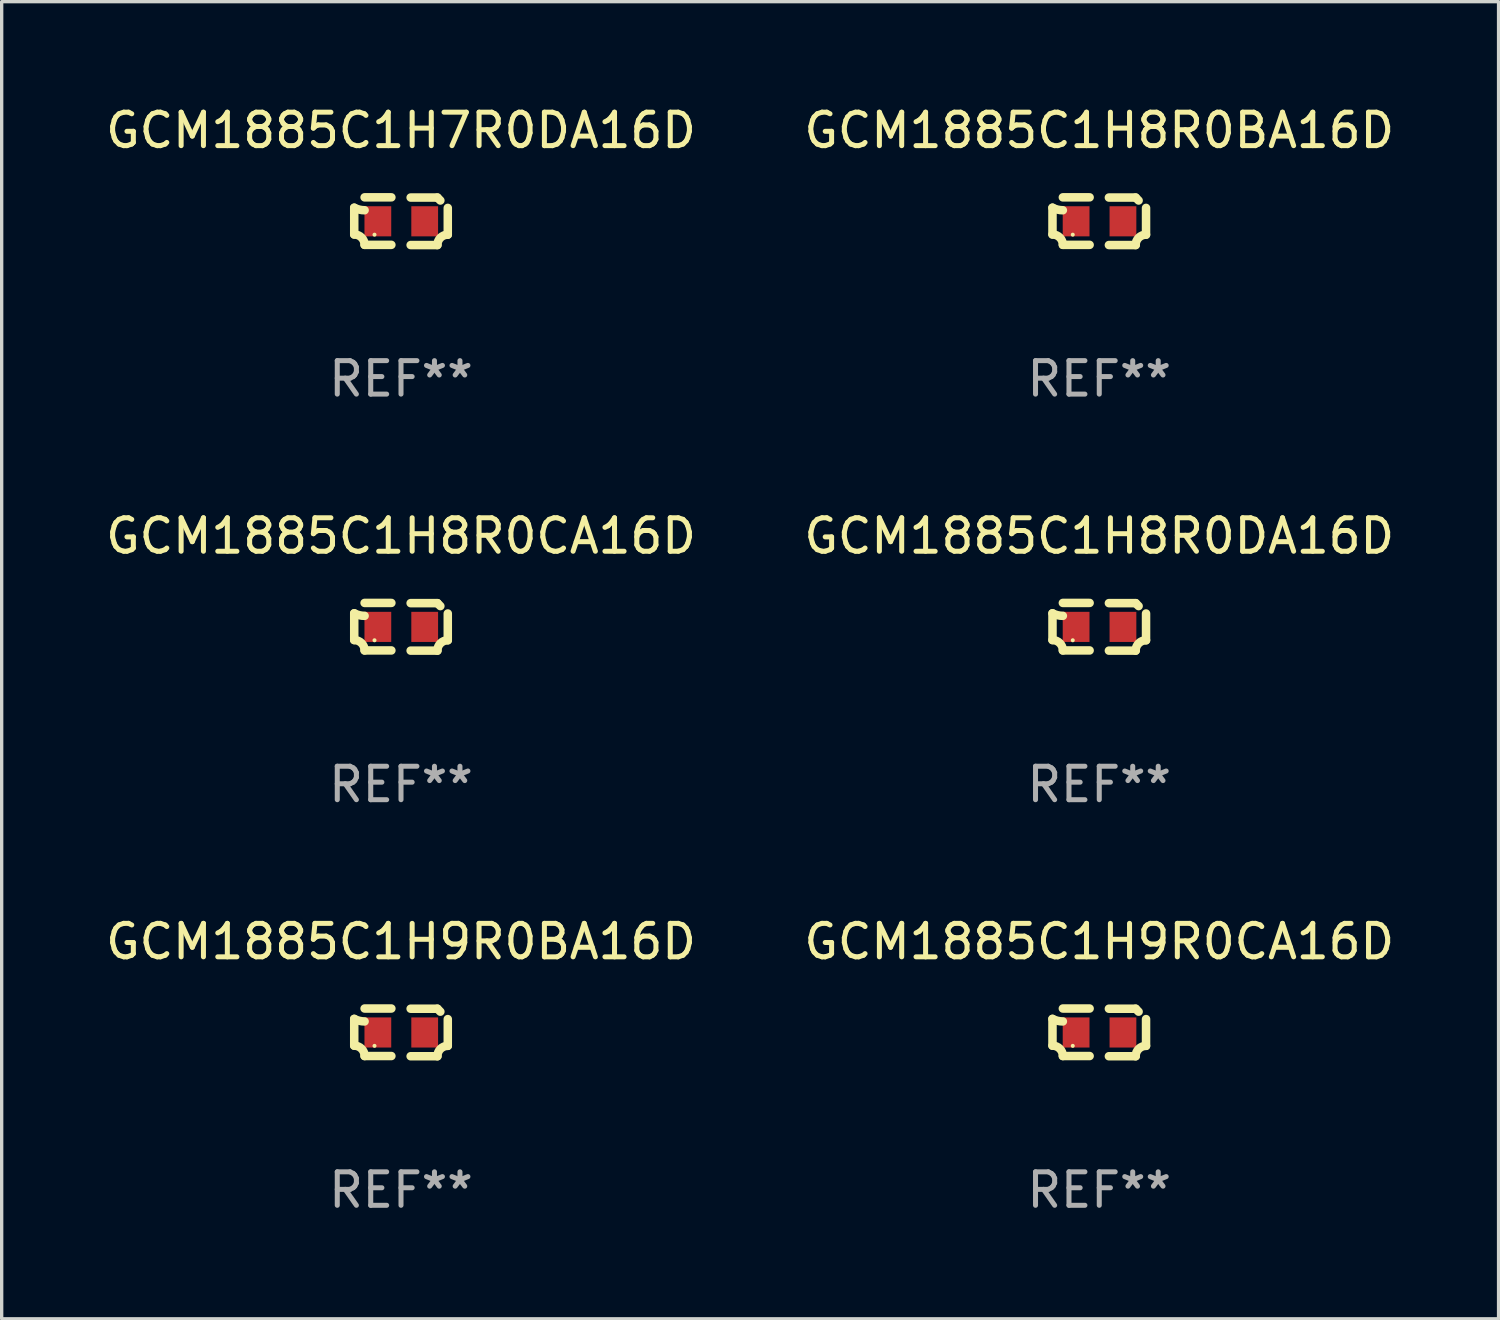
<source format=kicad_pcb>
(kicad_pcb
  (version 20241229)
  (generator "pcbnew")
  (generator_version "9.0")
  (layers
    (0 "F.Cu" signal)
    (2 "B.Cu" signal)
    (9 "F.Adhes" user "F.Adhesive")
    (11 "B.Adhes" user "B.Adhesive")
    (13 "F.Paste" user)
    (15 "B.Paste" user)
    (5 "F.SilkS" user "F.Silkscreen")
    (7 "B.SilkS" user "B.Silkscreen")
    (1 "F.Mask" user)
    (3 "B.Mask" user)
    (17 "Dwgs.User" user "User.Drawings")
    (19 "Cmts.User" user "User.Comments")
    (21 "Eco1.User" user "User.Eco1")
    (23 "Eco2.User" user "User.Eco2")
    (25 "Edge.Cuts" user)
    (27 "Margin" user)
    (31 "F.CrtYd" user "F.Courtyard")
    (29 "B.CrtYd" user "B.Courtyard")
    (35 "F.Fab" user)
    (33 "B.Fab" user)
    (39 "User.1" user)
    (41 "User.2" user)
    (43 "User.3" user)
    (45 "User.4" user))
  (footprint "GCM1885C1H8R0CA16D"
    (layer "F.Cu")
    (at 8.935 15.683)
    (property "Reference" "GCM1885C1H8R0CA16D" (at 0 -2.713 0) (layer "F.SilkS") (effects (font (size 1 1) (thickness 0.15))))
    (attr through_hole)
    (fp_line (start -1.398 -0.403) (end -1.398 0.397) (stroke (width 0.254) (type solid)) (layer "F.SilkS"))
    (fp_line (start -0.288 -0.713) (end -1.088 -0.713) (stroke (width 0.254) (type solid)) (layer "F.SilkS"))
    (fp_line (start -0.288 0.707) (end -1.088 0.707) (stroke (width 0.254) (type solid)) (layer "F.SilkS"))
    (fp_line (start 0.288 -0.707) (end 1.088 -0.707) (stroke (width 0.254) (type solid)) (layer "F.SilkS"))
    (fp_line (start 0.288 0.713) (end 1.088 0.713) (stroke (width 0.254) (type solid)) (layer "F.SilkS"))
    (fp_line (start 1.398 -0.397) (end 1.398 0.403) (stroke (width 0.254) (type solid)) (layer "F.SilkS"))
    (fp_arc (start -1.397789 0.397066) (mid -1.178701 0.487826) (end -1.08796 0.706922) (stroke (width 0.254001) (type solid)) (layer "F.SilkS"))
    (fp_arc (start -1.08796 -0.327176) (mid -1.247436 -0.346384) (end -1.39779 -0.402908) (stroke (width 0.254001) (type solid)) (layer "F.SilkS"))
    (fp_arc (start 1.087909 0.712738) (mid 1.178656 0.493655) (end 1.397739 0.402908) (stroke (width 0.254001) (type solid)) (layer "F.SilkS"))
    (fp_arc (start 1.175925 -0.618926) (mid 1.131917 -0.662923) (end 1.08791 -0.706922) (stroke (width 0.254001) (type solid)) (layer "F.SilkS"))
    (fp_circle (center -0.792 0.403) (end -0.762 0.403) (stroke (width 0.06) (type solid)) (fill no) (layer "F.SilkS"))
    (fp_text user "REF**" (at 0 4.713 0) (layer "F.Fab") (effects (font (size 1 1) (thickness 0.15))))
    (pad "1" smd rect (at -0.692 0.003) (size 0.8 0.9) (layers "F.Cu" "F.Mask" "F.Paste"))
    (pad "2" smd rect (at 0.708 0.003) (size 0.8 0.9) (layers "F.Cu" "F.Mask" "F.Paste")))
  (footprint "GCM1885C1H9R0CA16D"
    (layer "F.Cu")
    (at 29.804 27.805)
    (property "Reference" "GCM1885C1H9R0CA16D" (at 0 -2.713 0) (layer "F.SilkS") (effects (font (size 1 1) (thickness 0.15))))
    (attr through_hole)
    (fp_line (start -1.398 -0.403) (end -1.398 0.397) (stroke (width 0.254) (type solid)) (layer "F.SilkS"))
    (fp_line (start -0.288 -0.713) (end -1.088 -0.713) (stroke (width 0.254) (type solid)) (layer "F.SilkS"))
    (fp_line (start -0.288 0.707) (end -1.088 0.707) (stroke (width 0.254) (type solid)) (layer "F.SilkS"))
    (fp_line (start 0.288 -0.707) (end 1.088 -0.707) (stroke (width 0.254) (type solid)) (layer "F.SilkS"))
    (fp_line (start 0.288 0.713) (end 1.088 0.713) (stroke (width 0.254) (type solid)) (layer "F.SilkS"))
    (fp_line (start 1.398 -0.397) (end 1.398 0.403) (stroke (width 0.254) (type solid)) (layer "F.SilkS"))
    (fp_arc (start -1.397789 0.397066) (mid -1.178701 0.487826) (end -1.08796 0.706922) (stroke (width 0.254001) (type solid)) (layer "F.SilkS"))
    (fp_arc (start -1.08796 -0.327176) (mid -1.247436 -0.346384) (end -1.39779 -0.402908) (stroke (width 0.254001) (type solid)) (layer "F.SilkS"))
    (fp_arc (start 1.087909 0.712738) (mid 1.178656 0.493655) (end 1.397739 0.402908) (stroke (width 0.254001) (type solid)) (layer "F.SilkS"))
    (fp_arc (start 1.175925 -0.618926) (mid 1.131917 -0.662923) (end 1.08791 -0.706922) (stroke (width 0.254001) (type solid)) (layer "F.SilkS"))
    (fp_circle (center -0.792 0.403) (end -0.762 0.403) (stroke (width 0.06) (type solid)) (fill no) (layer "F.SilkS"))
    (fp_text user "REF**" (at 0 4.713 0) (layer "F.Fab") (effects (font (size 1 1) (thickness 0.15))))
    (pad "1" smd rect (at -0.692 0.003) (size 0.8 0.9) (layers "F.Cu" "F.Mask" "F.Paste"))
    (pad "2" smd rect (at 0.708 0.003) (size 0.8 0.9) (layers "F.Cu" "F.Mask" "F.Paste")))
  (footprint "GCM1885C1H9R0BA16D"
    (layer "F.Cu")
    (at 8.935 27.805)
    (property "Reference" "GCM1885C1H9R0BA16D" (at 0 -2.713 0) (layer "F.SilkS") (effects (font (size 1 1) (thickness 0.15))))
    (attr through_hole)
    (fp_line (start -1.398 -0.403) (end -1.398 0.397) (stroke (width 0.254) (type solid)) (layer "F.SilkS"))
    (fp_line (start -0.288 -0.713) (end -1.088 -0.713) (stroke (width 0.254) (type solid)) (layer "F.SilkS"))
    (fp_line (start -0.288 0.707) (end -1.088 0.707) (stroke (width 0.254) (type solid)) (layer "F.SilkS"))
    (fp_line (start 0.288 -0.707) (end 1.088 -0.707) (stroke (width 0.254) (type solid)) (layer "F.SilkS"))
    (fp_line (start 0.288 0.713) (end 1.088 0.713) (stroke (width 0.254) (type solid)) (layer "F.SilkS"))
    (fp_line (start 1.398 -0.397) (end 1.398 0.403) (stroke (width 0.254) (type solid)) (layer "F.SilkS"))
    (fp_arc (start -1.397789 0.397066) (mid -1.178701 0.487826) (end -1.08796 0.706922) (stroke (width 0.254001) (type solid)) (layer "F.SilkS"))
    (fp_arc (start -1.08796 -0.327176) (mid -1.247436 -0.346384) (end -1.39779 -0.402908) (stroke (width 0.254001) (type solid)) (layer "F.SilkS"))
    (fp_arc (start 1.087909 0.712738) (mid 1.178656 0.493655) (end 1.397739 0.402908) (stroke (width 0.254001) (type solid)) (layer "F.SilkS"))
    (fp_arc (start 1.175925 -0.618926) (mid 1.131917 -0.662923) (end 1.08791 -0.706922) (stroke (width 0.254001) (type solid)) (layer "F.SilkS"))
    (fp_circle (center -0.792 0.403) (end -0.762 0.403) (stroke (width 0.06) (type solid)) (fill no) (layer "F.SilkS"))
    (fp_text user "REF**" (at 0 4.713 0) (layer "F.Fab") (effects (font (size 1 1) (thickness 0.15))))
    (pad "1" smd rect (at -0.692 0.003) (size 0.8 0.9) (layers "F.Cu" "F.Mask" "F.Paste"))
    (pad "2" smd rect (at 0.708 0.003) (size 0.8 0.9) (layers "F.Cu" "F.Mask" "F.Paste")))
  (footprint "GCM1885C1H8R0DA16D"
    (layer "F.Cu")
    (at 29.804 15.683)
    (property "Reference" "GCM1885C1H8R0DA16D" (at 0 -2.713 0) (layer "F.SilkS") (effects (font (size 1 1) (thickness 0.15))))
    (attr through_hole)
    (fp_line (start -1.398 -0.403) (end -1.398 0.397) (stroke (width 0.254) (type solid)) (layer "F.SilkS"))
    (fp_line (start -0.288 -0.713) (end -1.088 -0.713) (stroke (width 0.254) (type solid)) (layer "F.SilkS"))
    (fp_line (start -0.288 0.707) (end -1.088 0.707) (stroke (width 0.254) (type solid)) (layer "F.SilkS"))
    (fp_line (start 0.288 -0.707) (end 1.088 -0.707) (stroke (width 0.254) (type solid)) (layer "F.SilkS"))
    (fp_line (start 0.288 0.713) (end 1.088 0.713) (stroke (width 0.254) (type solid)) (layer "F.SilkS"))
    (fp_line (start 1.398 -0.397) (end 1.398 0.403) (stroke (width 0.254) (type solid)) (layer "F.SilkS"))
    (fp_arc (start -1.397789 0.397066) (mid -1.178701 0.487826) (end -1.08796 0.706922) (stroke (width 0.254001) (type solid)) (layer "F.SilkS"))
    (fp_arc (start -1.08796 -0.327176) (mid -1.247436 -0.346384) (end -1.39779 -0.402908) (stroke (width 0.254001) (type solid)) (layer "F.SilkS"))
    (fp_arc (start 1.087909 0.712738) (mid 1.178656 0.493655) (end 1.397739 0.402908) (stroke (width 0.254001) (type solid)) (layer "F.SilkS"))
    (fp_arc (start 1.175925 -0.618926) (mid 1.131917 -0.662923) (end 1.08791 -0.706922) (stroke (width 0.254001) (type solid)) (layer "F.SilkS"))
    (fp_circle (center -0.792 0.403) (end -0.762 0.403) (stroke (width 0.06) (type solid)) (fill no) (layer "F.SilkS"))
    (fp_text user "REF**" (at 0 4.713 0) (layer "F.Fab") (effects (font (size 1 1) (thickness 0.15))))
    (pad "1" smd rect (at -0.692 0.003) (size 0.8 0.9) (layers "F.Cu" "F.Mask" "F.Paste"))
    (pad "2" smd rect (at 0.708 0.003) (size 0.8 0.9) (layers "F.Cu" "F.Mask" "F.Paste")))
  (footprint "GCM1885C1H8R0BA16D"
    (layer "F.Cu")
    (at 29.804 3.561)
    (property "Reference" "GCM1885C1H8R0BA16D" (at 0 -2.713 0) (layer "F.SilkS") (effects (font (size 1 1) (thickness 0.15))))
    (attr through_hole)
    (fp_line (start -1.398 -0.403) (end -1.398 0.397) (stroke (width 0.254) (type solid)) (layer "F.SilkS"))
    (fp_line (start -0.288 -0.713) (end -1.088 -0.713) (stroke (width 0.254) (type solid)) (layer "F.SilkS"))
    (fp_line (start -0.288 0.707) (end -1.088 0.707) (stroke (width 0.254) (type solid)) (layer "F.SilkS"))
    (fp_line (start 0.288 -0.707) (end 1.088 -0.707) (stroke (width 0.254) (type solid)) (layer "F.SilkS"))
    (fp_line (start 0.288 0.713) (end 1.088 0.713) (stroke (width 0.254) (type solid)) (layer "F.SilkS"))
    (fp_line (start 1.398 -0.397) (end 1.398 0.403) (stroke (width 0.254) (type solid)) (layer "F.SilkS"))
    (fp_arc (start -1.397789 0.397066) (mid -1.178701 0.487826) (end -1.08796 0.706922) (stroke (width 0.254001) (type solid)) (layer "F.SilkS"))
    (fp_arc (start -1.08796 -0.327176) (mid -1.247436 -0.346384) (end -1.39779 -0.402908) (stroke (width 0.254001) (type solid)) (layer "F.SilkS"))
    (fp_arc (start 1.087909 0.712738) (mid 1.178656 0.493655) (end 1.397739 0.402908) (stroke (width 0.254001) (type solid)) (layer "F.SilkS"))
    (fp_arc (start 1.175925 -0.618926) (mid 1.131917 -0.662923) (end 1.08791 -0.706922) (stroke (width 0.254001) (type solid)) (layer "F.SilkS"))
    (fp_circle (center -0.792 0.403) (end -0.762 0.403) (stroke (width 0.06) (type solid)) (fill no) (layer "F.SilkS"))
    (fp_text user "REF**" (at 0 4.713 0) (layer "F.Fab") (effects (font (size 1 1) (thickness 0.15))))
    (pad "1" smd rect (at -0.692 0.003) (size 0.8 0.9) (layers "F.Cu" "F.Mask" "F.Paste"))
    (pad "2" smd rect (at 0.708 0.003) (size 0.8 0.9) (layers "F.Cu" "F.Mask" "F.Paste")))
  (footprint "GCM1885C1H7R0DA16D"
    (layer "F.Cu")
    (at 8.935 3.561)
    (property "Reference" "GCM1885C1H7R0DA16D" (at 0 -2.713 0) (layer "F.SilkS") (effects (font (size 1 1) (thickness 0.15))))
    (attr through_hole)
    (fp_line (start -1.398 -0.403) (end -1.398 0.397) (stroke (width 0.254) (type solid)) (layer "F.SilkS"))
    (fp_line (start -0.288 -0.713) (end -1.088 -0.713) (stroke (width 0.254) (type solid)) (layer "F.SilkS"))
    (fp_line (start -0.288 0.707) (end -1.088 0.707) (stroke (width 0.254) (type solid)) (layer "F.SilkS"))
    (fp_line (start 0.288 -0.707) (end 1.088 -0.707) (stroke (width 0.254) (type solid)) (layer "F.SilkS"))
    (fp_line (start 0.288 0.713) (end 1.088 0.713) (stroke (width 0.254) (type solid)) (layer "F.SilkS"))
    (fp_line (start 1.398 -0.397) (end 1.398 0.403) (stroke (width 0.254) (type solid)) (layer "F.SilkS"))
    (fp_arc (start -1.397789 0.397066) (mid -1.178701 0.487826) (end -1.08796 0.706922) (stroke (width 0.254001) (type solid)) (layer "F.SilkS"))
    (fp_arc (start -1.08796 -0.327176) (mid -1.247436 -0.346384) (end -1.39779 -0.402908) (stroke (width 0.254001) (type solid)) (layer "F.SilkS"))
    (fp_arc (start 1.087909 0.712738) (mid 1.178656 0.493655) (end 1.397739 0.402908) (stroke (width 0.254001) (type solid)) (layer "F.SilkS"))
    (fp_arc (start 1.175925 -0.618926) (mid 1.131917 -0.662923) (end 1.08791 -0.706922) (stroke (width 0.254001) (type solid)) (layer "F.SilkS"))
    (fp_circle (center -0.792 0.403) (end -0.762 0.403) (stroke (width 0.06) (type solid)) (fill no) (layer "F.SilkS"))
    (fp_text user "REF**" (at 0 4.713 0) (layer "F.Fab") (effects (font (size 1 1) (thickness 0.15))))
    (pad "1" smd rect (at -0.692 0.003) (size 0.8 0.9) (layers "F.Cu" "F.Mask" "F.Paste"))
    (pad "2" smd rect (at 0.708 0.003) (size 0.8 0.9) (layers "F.Cu" "F.Mask" "F.Paste")))
  (gr_rect
    (start -3 -3)
    (end 41.738 36.366)
    (stroke (width 0.1) (type default))
    (fill no)
    (layer "Edge.Cuts")))
</source>
